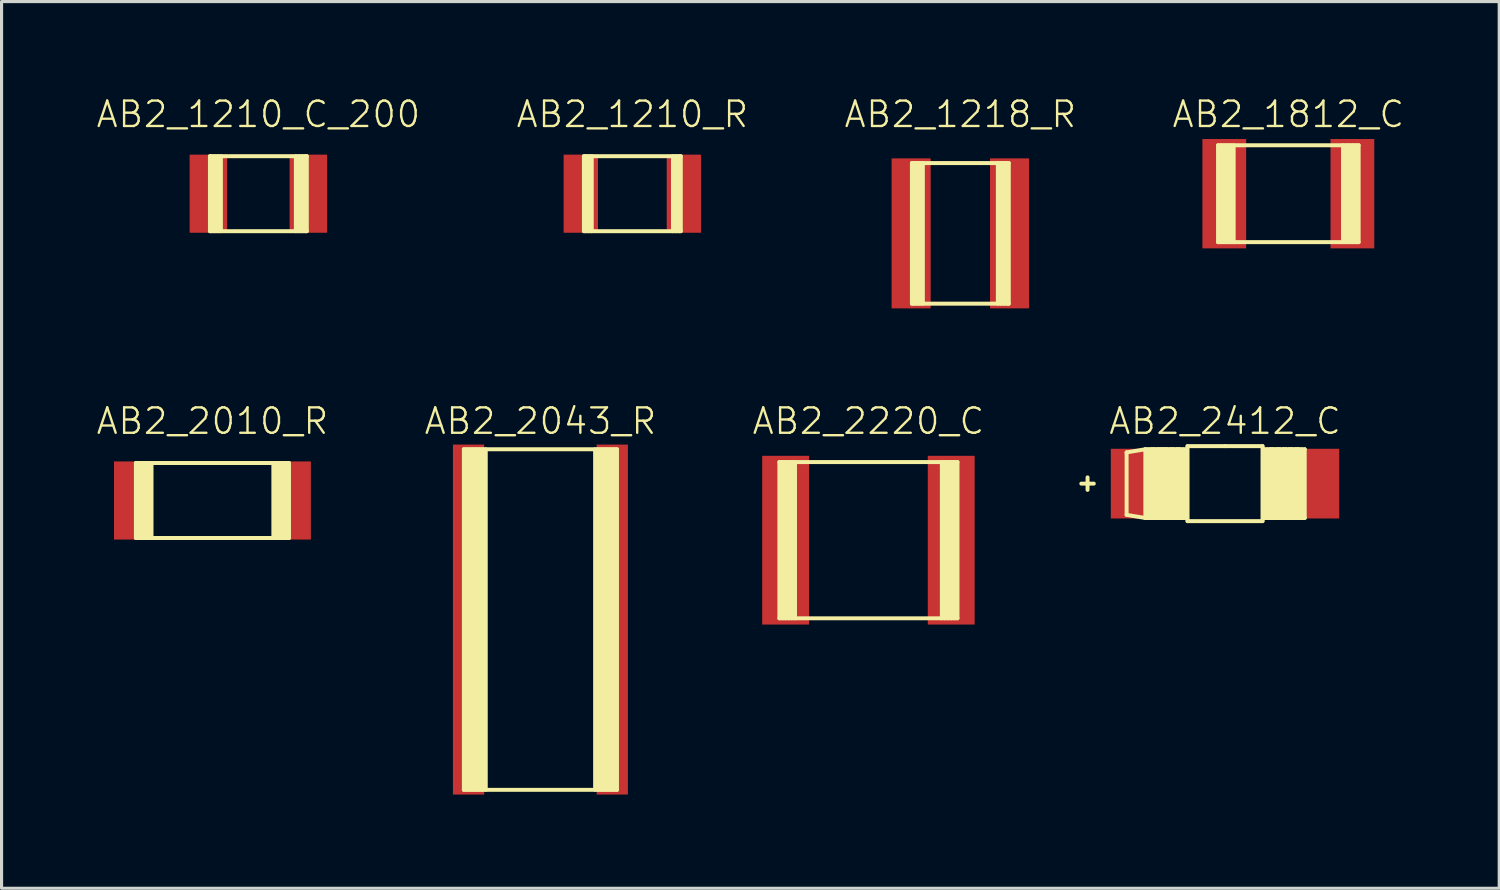
<source format=kicad_pcb>
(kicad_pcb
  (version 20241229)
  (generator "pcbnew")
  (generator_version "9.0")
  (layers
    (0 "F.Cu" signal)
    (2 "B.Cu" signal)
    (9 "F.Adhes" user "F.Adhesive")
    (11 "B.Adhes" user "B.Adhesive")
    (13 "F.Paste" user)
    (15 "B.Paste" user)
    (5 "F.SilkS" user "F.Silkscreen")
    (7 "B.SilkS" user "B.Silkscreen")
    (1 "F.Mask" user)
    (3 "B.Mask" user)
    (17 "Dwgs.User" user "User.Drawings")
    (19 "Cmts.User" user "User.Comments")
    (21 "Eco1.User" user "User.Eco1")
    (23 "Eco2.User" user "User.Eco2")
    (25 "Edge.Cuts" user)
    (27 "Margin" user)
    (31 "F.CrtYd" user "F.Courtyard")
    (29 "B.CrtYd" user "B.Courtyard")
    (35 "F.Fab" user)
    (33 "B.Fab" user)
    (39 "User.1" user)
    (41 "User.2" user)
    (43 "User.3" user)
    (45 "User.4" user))
  (footprint "AB2_2010_R"
    (layer "F.Cu")
    (at 3.749 12.968)
    (property "Reference" "AB2_2010_R" (at 0 -2.54 0) (layer "F.SilkS") (effects (font (size 0.813 0.813) (thickness 0.076))))
    (attr through_hole)
    (fp_line (start -2.45 -1.2) (end 2.45 -1.2) (stroke (width 0.127) (type solid)) (layer "F.SilkS"))
    (fp_line (start -2.45 1.2) (end -2.45 -1.2) (stroke (width 0.127) (type solid)) (layer "F.SilkS"))
    (fp_line (start -2.35 1.2) (end -2.35 -1.2) (stroke (width 0.127) (type solid)) (layer "F.SilkS"))
    (fp_line (start -2.25 -1.2) (end -2.25 1.2) (stroke (width 0.127) (type solid)) (layer "F.SilkS"))
    (fp_line (start -2.15 1.2) (end -2.15 -1.2) (stroke (width 0.127) (type solid)) (layer "F.SilkS"))
    (fp_line (start -2.05 -1.2) (end -2.05 1.2) (stroke (width 0.127) (type solid)) (layer "F.SilkS"))
    (fp_line (start -1.95 1.2) (end -1.95 -1.2) (stroke (width 0.127) (type solid)) (layer "F.SilkS"))
    (fp_line (start 1.95 1.2) (end 1.95 -1.2) (stroke (width 0.127) (type solid)) (layer "F.SilkS"))
    (fp_line (start 2.05 -1.2) (end 2.05 1.2) (stroke (width 0.127) (type solid)) (layer "F.SilkS"))
    (fp_line (start 2.15 1.2) (end 2.15 -1.2) (stroke (width 0.127) (type solid)) (layer "F.SilkS"))
    (fp_line (start 2.25 -1.2) (end 2.25 1.2) (stroke (width 0.127) (type solid)) (layer "F.SilkS"))
    (fp_line (start 2.35 1.2) (end 2.35 -1.2) (stroke (width 0.127) (type solid)) (layer "F.SilkS"))
    (fp_line (start 2.45 -1.2) (end 2.45 1.2) (stroke (width 0.127) (type solid)) (layer "F.SilkS"))
    (fp_line (start 2.45 1.2) (end -2.45 1.2) (stroke (width 0.127) (type solid)) (layer "F.SilkS"))
    (pad "1" smd rect (at -2.55 0) (size 1.2 2.5) (layers "F.Cu" "F.Mask" "F.Paste"))
    (pad "2" smd rect (at 2.55 0) (size 1.2 2.5) (layers "F.Cu" "F.Mask" "F.Paste")))
  (footprint "AB2_1218_R"
    (layer "F.Cu")
    (at 27.685 4.419)
    (property "Reference" "AB2_1218_R" (at 0 -3.81 0) (layer "F.SilkS") (effects (font (size 0.813 0.813) (thickness 0.076))))
    (attr through_hole)
    (fp_line (start -1.55 -2.25) (end 1.55 -2.25) (stroke (width 0.127) (type solid)) (layer "F.SilkS"))
    (fp_line (start -1.55 2.25) (end -1.55 -2.25) (stroke (width 0.127) (type solid)) (layer "F.SilkS"))
    (fp_line (start -1.5 -2.25) (end -1.5 2.25) (stroke (width 0.127) (type solid)) (layer "F.SilkS"))
    (fp_line (start -1.4 2.25) (end -1.4 -2.25) (stroke (width 0.127) (type solid)) (layer "F.SilkS"))
    (fp_line (start -1.3 -2.25) (end -1.3 2.25) (stroke (width 0.127) (type solid)) (layer "F.SilkS"))
    (fp_line (start -1.2 2.25) (end -1.2 -2.25) (stroke (width 0.127) (type solid)) (layer "F.SilkS"))
    (fp_line (start 1.2 -2.25) (end 1.2 2.25) (stroke (width 0.127) (type solid)) (layer "F.SilkS"))
    (fp_line (start 1.3 2.25) (end 1.3 -2.25) (stroke (width 0.127) (type solid)) (layer "F.SilkS"))
    (fp_line (start 1.4 -2.25) (end 1.4 2.25) (stroke (width 0.127) (type solid)) (layer "F.SilkS"))
    (fp_line (start 1.5 2.25) (end 1.5 -2.25) (stroke (width 0.127) (type solid)) (layer "F.SilkS"))
    (fp_line (start 1.55 -2.25) (end 1.55 2.25) (stroke (width 0.127) (type solid)) (layer "F.SilkS"))
    (fp_line (start 1.55 2.25) (end -1.55 2.25) (stroke (width 0.127) (type solid)) (layer "F.SilkS"))
    (pad "1" smd rect (at -1.575 0) (size 1.25 4.8) (layers "F.Cu" "F.Mask" "F.Paste"))
    (pad "2" smd rect (at 1.575 0) (size 1.25 4.8) (layers "F.Cu" "F.Mask" "F.Paste")))
  (footprint "AB2_2043_R"
    (layer "F.Cu")
    (at 14.246 16.778)
    (property "Reference" "AB2_2043_R" (at 0 -6.35 0) (layer "F.SilkS") (effects (font (size 0.813 0.813) (thickness 0.076))))
    (attr through_hole)
    (fp_line (start -2.45 -5.45) (end 2.45 -5.45) (stroke (width 0.127) (type solid)) (layer "F.SilkS"))
    (fp_line (start -2.45 5.45) (end -2.45 -5.45) (stroke (width 0.127) (type solid)) (layer "F.SilkS"))
    (fp_line (start -2.35 -5.45) (end -2.35 5.45) (stroke (width 0.127) (type solid)) (layer "F.SilkS"))
    (fp_line (start -2.25 5.45) (end -2.25 -5.45) (stroke (width 0.127) (type solid)) (layer "F.SilkS"))
    (fp_line (start -2.15 -5.45) (end -2.15 5.45) (stroke (width 0.127) (type solid)) (layer "F.SilkS"))
    (fp_line (start -2.05 5.45) (end -2.05 -5.45) (stroke (width 0.127) (type solid)) (layer "F.SilkS"))
    (fp_line (start -1.95 -5.45) (end -1.95 5.45) (stroke (width 0.127) (type solid)) (layer "F.SilkS"))
    (fp_line (start -1.85 5.45) (end -1.85 -5.45) (stroke (width 0.127) (type solid)) (layer "F.SilkS"))
    (fp_line (start -1.75 -5.45) (end -1.75 5.45) (stroke (width 0.127) (type solid)) (layer "F.SilkS"))
    (fp_line (start 1.75 -5.45) (end 1.75 5.45) (stroke (width 0.127) (type solid)) (layer "F.SilkS"))
    (fp_line (start 1.85 -5.45) (end 1.85 5.45) (stroke (width 0.127) (type solid)) (layer "F.SilkS"))
    (fp_line (start 1.95 5.45) (end 1.95 -5.45) (stroke (width 0.127) (type solid)) (layer "F.SilkS"))
    (fp_line (start 2.05 -5.45) (end 2.05 5.45) (stroke (width 0.127) (type solid)) (layer "F.SilkS"))
    (fp_line (start 2.15 5.45) (end 2.15 -5.45) (stroke (width 0.127) (type solid)) (layer "F.SilkS"))
    (fp_line (start 2.25 -5.45) (end 2.25 5.45) (stroke (width 0.127) (type solid)) (layer "F.SilkS"))
    (fp_line (start 2.35 5.45) (end 2.35 -5.45) (stroke (width 0.127) (type solid)) (layer "F.SilkS"))
    (fp_line (start 2.45 -5.45) (end 2.45 5.45) (stroke (width 0.127) (type solid)) (layer "F.SilkS"))
    (fp_line (start 2.45 5.45) (end -2.45 5.45) (stroke (width 0.127) (type solid)) (layer "F.SilkS"))
    (pad "1" smd rect (at -2.3 0) (size 1 11.2) (layers "F.Cu" "F.Mask" "F.Paste"))
    (pad "2" smd rect (at 2.3 0) (size 1 11.2) (layers "F.Cu" "F.Mask" "F.Paste")))
  (footprint "AB2_2412_C"
    (layer "F.Cu")
    (at 36.156 12.428)
    (property "Reference" "AB2_2412_C" (at 0 -2 0) (layer "F.SilkS") (effects (font (size 0.813 0.813) (thickness 0.076))))
    (attr through_hole)
    (fp_line (start -4.6 0) (end -4.2 0) (stroke (width 0.127) (type solid)) (layer "F.SilkS"))
    (fp_line (start -4.4 -0.2) (end -4.4 0.2) (stroke (width 0.127) (type solid)) (layer "F.SilkS"))
    (fp_line (start -3.15 -1) (end -3.15 1) (stroke (width 0.127) (type solid)) (layer "F.SilkS"))
    (fp_line (start -3.15 1) (end -2.55 1.1) (stroke (width 0.127) (type solid)) (layer "F.SilkS"))
    (fp_line (start -2.55 -1.1) (end -3.15 -1) (stroke (width 0.127) (type solid)) (layer "F.SilkS"))
    (fp_line (start -2.55 -1.1) (end -2.55 1.1) (stroke (width 0.127) (type solid)) (layer "F.SilkS"))
    (fp_line (start -2.55 1.1) (end -1.25 1.1) (stroke (width 0.127) (type solid)) (layer "F.SilkS"))
    (fp_line (start -2.45 -1.1) (end -2.45 1.1) (stroke (width 0.127) (type solid)) (layer "F.SilkS"))
    (fp_line (start -2.45 1.1) (end -2.35 1.1) (stroke (width 0.127) (type solid)) (layer "F.SilkS"))
    (fp_line (start -2.35 -1.1) (end -2.25 -1.1) (stroke (width 0.127) (type solid)) (layer "F.SilkS"))
    (fp_line (start -2.35 1.1) (end -2.35 -1.1) (stroke (width 0.127) (type solid)) (layer "F.SilkS"))
    (fp_line (start -2.25 -1.1) (end -2.25 1.1) (stroke (width 0.127) (type solid)) (layer "F.SilkS"))
    (fp_line (start -2.25 1.1) (end -2.15 1.1) (stroke (width 0.127) (type solid)) (layer "F.SilkS"))
    (fp_line (start -2.15 -1.1) (end -2 -1.1) (stroke (width 0.127) (type solid)) (layer "F.SilkS"))
    (fp_line (start -2.15 1.1) (end -2.15 -1.1) (stroke (width 0.127) (type solid)) (layer "F.SilkS"))
    (fp_line (start -2.05 -1.1) (end -2.05 1.1) (stroke (width 0.127) (type solid)) (layer "F.SilkS"))
    (fp_line (start -2.05 1.1) (end -1.95 1.1) (stroke (width 0.127) (type solid)) (layer "F.SilkS"))
    (fp_line (start -1.95 -1.1) (end -1.85 -1.1) (stroke (width 0.127) (type solid)) (layer "F.SilkS"))
    (fp_line (start -1.95 1.1) (end -1.95 -1.1) (stroke (width 0.127) (type solid)) (layer "F.SilkS"))
    (fp_line (start -1.85 -1.1) (end -1.85 1.1) (stroke (width 0.127) (type solid)) (layer "F.SilkS"))
    (fp_line (start -1.85 1.1) (end -1.75 1.1) (stroke (width 0.127) (type solid)) (layer "F.SilkS"))
    (fp_line (start -1.75 -1.1) (end -1.65 -1.1) (stroke (width 0.127) (type solid)) (layer "F.SilkS"))
    (fp_line (start -1.75 1.1) (end -1.75 -1.1) (stroke (width 0.127) (type solid)) (layer "F.SilkS"))
    (fp_line (start -1.65 -1.1) (end -1.65 1.1) (stroke (width 0.127) (type solid)) (layer "F.SilkS"))
    (fp_line (start -1.65 1.1) (end -1.55 1.1) (stroke (width 0.127) (type solid)) (layer "F.SilkS"))
    (fp_line (start -1.55 -1.1) (end -1.45 -1.1) (stroke (width 0.127) (type solid)) (layer "F.SilkS"))
    (fp_line (start -1.55 1.1) (end -1.55 -1.1) (stroke (width 0.127) (type solid)) (layer "F.SilkS"))
    (fp_line (start -1.45 -1.1) (end -1.45 1.1) (stroke (width 0.127) (type solid)) (layer "F.SilkS"))
    (fp_line (start -1.45 1.1) (end -1.35 1.1) (stroke (width 0.127) (type solid)) (layer "F.SilkS"))
    (fp_line (start -1.35 1.1) (end -1.35 -1.1) (stroke (width 0.127) (type solid)) (layer "F.SilkS"))
    (fp_line (start -1.25 -1.1) (end -2.55 -1.1) (stroke (width 0.127) (type solid)) (layer "F.SilkS"))
    (fp_line (start -1.25 0) (end -1.25 -1.1) (stroke (width 0.127) (type solid)) (layer "F.SilkS"))
    (fp_line (start -1.25 1.1) (end -1.25 0) (stroke (width 0.127) (type solid)) (layer "F.SilkS"))
    (fp_line (start -1.2 -1.2) (end 0 -1.2) (stroke (width 0.127) (type solid)) (layer "F.SilkS"))
    (fp_line (start -1.2 1.2) (end -1.2 -1.2) (stroke (width 0.127) (type solid)) (layer "F.SilkS"))
    (fp_line (start 0 -1.2) (end 1.2 -1.2) (stroke (width 0.127) (type solid)) (layer "F.SilkS"))
    (fp_line (start 1.2 -1.2) (end 1.2 1.2) (stroke (width 0.127) (type solid)) (layer "F.SilkS"))
    (fp_line (start 1.2 1.2) (end -1.2 1.2) (stroke (width 0.127) (type solid)) (layer "F.SilkS"))
    (fp_line (start 1.25 -1.1) (end 1.25 1.1) (stroke (width 0.127) (type solid)) (layer "F.SilkS"))
    (fp_line (start 1.25 1.1) (end 2.55 1.1) (stroke (width 0.127) (type solid)) (layer "F.SilkS"))
    (fp_line (start 1.35 -1.1) (end 1.35 1.1) (stroke (width 0.127) (type solid)) (layer "F.SilkS"))
    (fp_line (start 1.35 1.1) (end 1.45 1.1) (stroke (width 0.127) (type solid)) (layer "F.SilkS"))
    (fp_line (start 1.45 -1.1) (end 1.55 -1.1) (stroke (width 0.127) (type solid)) (layer "F.SilkS"))
    (fp_line (start 1.45 1.1) (end 1.45 -1.1) (stroke (width 0.127) (type solid)) (layer "F.SilkS"))
    (fp_line (start 1.55 -1.1) (end 1.55 1.1) (stroke (width 0.127) (type solid)) (layer "F.SilkS"))
    (fp_line (start 1.55 1.1) (end 1.7 1.1) (stroke (width 0.127) (type solid)) (layer "F.SilkS"))
    (fp_line (start 1.65 -1.1) (end 1.75 -1.1) (stroke (width 0.127) (type solid)) (layer "F.SilkS"))
    (fp_line (start 1.65 1.1) (end 1.65 -1.1) (stroke (width 0.127) (type solid)) (layer "F.SilkS"))
    (fp_line (start 1.7 1.1) (end 1.65 1.1) (stroke (width 0.127) (type solid)) (layer "F.SilkS"))
    (fp_line (start 1.75 -1.1) (end 1.75 1.1) (stroke (width 0.127) (type solid)) (layer "F.SilkS"))
    (fp_line (start 1.75 1.1) (end 1.85 1.1) (stroke (width 0.127) (type solid)) (layer "F.SilkS"))
    (fp_line (start 1.85 -1.1) (end 1.95 -1.1) (stroke (width 0.127) (type solid)) (layer "F.SilkS"))
    (fp_line (start 1.85 1.1) (end 1.85 -1.1) (stroke (width 0.127) (type solid)) (layer "F.SilkS"))
    (fp_line (start 1.95 -1.1) (end 1.95 1.1) (stroke (width 0.127) (type solid)) (layer "F.SilkS"))
    (fp_line (start 1.95 1.1) (end 2.05 1.1) (stroke (width 0.127) (type solid)) (layer "F.SilkS"))
    (fp_line (start 2.05 -1.1) (end 2.15 -1.1) (stroke (width 0.127) (type solid)) (layer "F.SilkS"))
    (fp_line (start 2.05 1.1) (end 2.05 -1.1) (stroke (width 0.127) (type solid)) (layer "F.SilkS"))
    (fp_line (start 2.15 -1.1) (end 2.15 1.1) (stroke (width 0.127) (type solid)) (layer "F.SilkS"))
    (fp_line (start 2.15 1.1) (end 2.25 1.1) (stroke (width 0.127) (type solid)) (layer "F.SilkS"))
    (fp_line (start 2.25 -1.1) (end 2.35 -1.1) (stroke (width 0.127) (type solid)) (layer "F.SilkS"))
    (fp_line (start 2.25 1.1) (end 2.25 -1.1) (stroke (width 0.127) (type solid)) (layer "F.SilkS"))
    (fp_line (start 2.35 -1.1) (end 2.35 1.1) (stroke (width 0.127) (type solid)) (layer "F.SilkS"))
    (fp_line (start 2.35 1.1) (end 2.45 1.1) (stroke (width 0.127) (type solid)) (layer "F.SilkS"))
    (fp_line (start 2.45 1.1) (end 2.45 -1.1) (stroke (width 0.127) (type solid)) (layer "F.SilkS"))
    (fp_line (start 2.55 -1.1) (end 1.25 -1.1) (stroke (width 0.127) (type solid)) (layer "F.SilkS"))
    (fp_line (start 2.55 1.1) (end 2.55 -1.1) (stroke (width 0.127) (type solid)) (layer "F.SilkS"))
    (pad "1" smd rect (at -2.47 0) (size 2.37 2.23) (layers "F.Cu" "F.Mask" "F.Paste"))
    (pad "2" smd rect (at 2.47 0) (size 2.37 2.23) (layers "F.Cu" "F.Mask" "F.Paste")))
  (footprint "AB2_1812_C"
    (layer "F.Cu")
    (at 38.182 3.149)
    (property "Reference" "AB2_1812_C" (at 0 -2.54 0) (layer "F.SilkS") (effects (font (size 0.813 0.813) (thickness 0.076))))
    (attr through_hole)
    (fp_line (start -2.25 -1.55) (end 2.25 -1.55) (stroke (width 0.127) (type solid)) (layer "F.SilkS"))
    (fp_line (start -2.25 1.55) (end -2.25 -1.55) (stroke (width 0.127) (type solid)) (layer "F.SilkS"))
    (fp_line (start -2.15 1.55) (end -2.15 -1.55) (stroke (width 0.127) (type solid)) (layer "F.SilkS"))
    (fp_line (start -2.05 -1.55) (end -2.05 1.55) (stroke (width 0.127) (type solid)) (layer "F.SilkS"))
    (fp_line (start -1.95 1.55) (end -1.95 -1.55) (stroke (width 0.127) (type solid)) (layer "F.SilkS"))
    (fp_line (start -1.85 -1.55) (end -1.85 1.55) (stroke (width 0.127) (type solid)) (layer "F.SilkS"))
    (fp_line (start -1.75 1.55) (end -1.75 -1.55) (stroke (width 0.127) (type solid)) (layer "F.SilkS"))
    (fp_line (start 1.75 -1.55) (end 1.75 1.55) (stroke (width 0.127) (type solid)) (layer "F.SilkS"))
    (fp_line (start 1.85 1.55) (end 1.85 -1.55) (stroke (width 0.127) (type solid)) (layer "F.SilkS"))
    (fp_line (start 1.95 -1.55) (end 1.95 1.55) (stroke (width 0.127) (type solid)) (layer "F.SilkS"))
    (fp_line (start 2.05 1.55) (end 2.05 -1.55) (stroke (width 0.127) (type solid)) (layer "F.SilkS"))
    (fp_line (start 2.15 -1.55) (end 2.15 1.55) (stroke (width 0.127) (type solid)) (layer "F.SilkS"))
    (fp_line (start 2.25 -1.55) (end 2.25 1.55) (stroke (width 0.127) (type solid)) (layer "F.SilkS"))
    (fp_line (start 2.25 1.55) (end -2.25 1.55) (stroke (width 0.127) (type solid)) (layer "F.SilkS"))
    (pad "1" smd rect (at -2.05 0) (size 1.4 3.5) (layers "F.Cu" "F.Mask" "F.Paste"))
    (pad "2" smd rect (at 2.05 0) (size 1.4 3.5) (layers "F.Cu" "F.Mask" "F.Paste")))
  (footprint "AB2_1210_R"
    (layer "F.Cu")
    (at 17.188 3.149)
    (property "Reference" "AB2_1210_R" (at 0 -2.54 0) (layer "F.SilkS") (effects (font (size 0.813 0.813) (thickness 0.076))))
    (attr through_hole)
    (fp_line (start -1.55 -1.2) (end 1.55 -1.2) (stroke (width 0.127) (type solid)) (layer "F.SilkS"))
    (fp_line (start -1.55 1.2) (end -1.55 -1.2) (stroke (width 0.127) (type solid)) (layer "F.SilkS"))
    (fp_line (start -1.5 -1.2) (end -1.5 1.2) (stroke (width 0.127) (type solid)) (layer "F.SilkS"))
    (fp_line (start -1.4 1.2) (end -1.4 -1.2) (stroke (width 0.127) (type solid)) (layer "F.SilkS"))
    (fp_line (start -1.3 -1.2) (end -1.3 1.2) (stroke (width 0.127) (type solid)) (layer "F.SilkS"))
    (fp_line (start 1.3 -1.2) (end 1.3 1.2) (stroke (width 0.127) (type solid)) (layer "F.SilkS"))
    (fp_line (start 1.4 1.2) (end 1.4 -1.2) (stroke (width 0.127) (type solid)) (layer "F.SilkS"))
    (fp_line (start 1.5 -1.2) (end 1.5 1.2) (stroke (width 0.127) (type solid)) (layer "F.SilkS"))
    (fp_line (start 1.55 -1.2) (end 1.55 1.2) (stroke (width 0.127) (type solid)) (layer "F.SilkS"))
    (fp_line (start 1.55 1.2) (end -1.55 1.2) (stroke (width 0.127) (type solid)) (layer "F.SilkS"))
    (pad "1" smd rect (at -1.65 0) (size 1.1 2.5) (layers "F.Cu" "F.Mask" "F.Paste"))
    (pad "2" smd rect (at 1.65 0) (size 1.1 2.5) (layers "F.Cu" "F.Mask" "F.Paste")))
  (footprint "AB2_1210_C_200"
    (layer "F.Cu")
    (at 5.219 3.149)
    (property "Reference" "AB2_1210_C_200" (at 0 -2.54 0) (layer "F.SilkS") (effects (font (size 0.813 0.813) (thickness 0.076))))
    (attr through_hole)
    (fp_line (start -1.55 -1.2) (end 1.55 -1.2) (stroke (width 0.127) (type solid)) (layer "F.SilkS"))
    (fp_line (start -1.55 1.2) (end -1.55 -1.2) (stroke (width 0.127) (type solid)) (layer "F.SilkS"))
    (fp_line (start -1.5 -1.2) (end -1.5 1.2) (stroke (width 0.127) (type solid)) (layer "F.SilkS"))
    (fp_line (start -1.4 1.2) (end -1.4 -1.2) (stroke (width 0.127) (type solid)) (layer "F.SilkS"))
    (fp_line (start -1.3 -1.2) (end -1.3 1.2) (stroke (width 0.127) (type solid)) (layer "F.SilkS"))
    (fp_line (start -1.2 1.2) (end -1.2 -1.2) (stroke (width 0.127) (type solid)) (layer "F.SilkS"))
    (fp_line (start 1.2 1.2) (end 1.2 -1.2) (stroke (width 0.127) (type solid)) (layer "F.SilkS"))
    (fp_line (start 1.3 -1.2) (end 1.3 1.2) (stroke (width 0.127) (type solid)) (layer "F.SilkS"))
    (fp_line (start 1.4 1.2) (end 1.4 -1.2) (stroke (width 0.127) (type solid)) (layer "F.SilkS"))
    (fp_line (start 1.5 -1.2) (end 1.5 1.2) (stroke (width 0.127) (type solid)) (layer "F.SilkS"))
    (fp_line (start 1.55 -1.2) (end 1.55 1.2) (stroke (width 0.127) (type solid)) (layer "F.SilkS"))
    (fp_line (start 1.55 1.2) (end -1.55 1.2) (stroke (width 0.127) (type solid)) (layer "F.SilkS"))
    (pad "1" smd rect (at -1.6 0) (size 1.2 2.5) (layers "F.Cu" "F.Mask" "F.Paste"))
    (pad "2" smd rect (at 1.6 0) (size 1.2 2.5) (layers "F.Cu" "F.Mask" "F.Paste")))
  (footprint "AB2_2220_C"
    (layer "F.Cu")
    (at 24.743 14.238)
    (property "Reference" "AB2_2220_C" (at 0 -3.81 0) (layer "F.SilkS") (effects (font (size 0.813 0.813) (thickness 0.076))))
    (attr through_hole)
    (fp_line (start -2.85 -2.5) (end 2.85 -2.5) (stroke (width 0.127) (type solid)) (layer "F.SilkS"))
    (fp_line (start -2.85 2.5) (end -2.85 -2.5) (stroke (width 0.127) (type solid)) (layer "F.SilkS"))
    (fp_line (start -2.75 2.5) (end -2.75 -2.5) (stroke (width 0.127) (type solid)) (layer "F.SilkS"))
    (fp_line (start -2.65 -2.5) (end -2.65 2.5) (stroke (width 0.127) (type solid)) (layer "F.SilkS"))
    (fp_line (start -2.55 2.5) (end -2.55 -2.5) (stroke (width 0.127) (type solid)) (layer "F.SilkS"))
    (fp_line (start -2.45 -2.5) (end -2.45 2.5) (stroke (width 0.127) (type solid)) (layer "F.SilkS"))
    (fp_line (start -2.35 2.5) (end -2.35 -2.5) (stroke (width 0.127) (type solid)) (layer "F.SilkS"))
    (fp_line (start 2.35 2.5) (end 2.35 -2.5) (stroke (width 0.127) (type solid)) (layer "F.SilkS"))
    (fp_line (start 2.45 -2.5) (end 2.45 2.5) (stroke (width 0.127) (type solid)) (layer "F.SilkS"))
    (fp_line (start 2.55 2.5) (end 2.55 -2.5) (stroke (width 0.127) (type solid)) (layer "F.SilkS"))
    (fp_line (start 2.65 -2.5) (end 2.65 2.5) (stroke (width 0.127) (type solid)) (layer "F.SilkS"))
    (fp_line (start 2.75 2.5) (end 2.75 -2.5) (stroke (width 0.127) (type solid)) (layer "F.SilkS"))
    (fp_line (start 2.85 -2.5) (end 2.85 2.5) (stroke (width 0.127) (type solid)) (layer "F.SilkS"))
    (fp_line (start 2.85 2.5) (end -2.85 2.5) (stroke (width 0.127) (type solid)) (layer "F.SilkS"))
    (pad "1" smd rect (at -2.65 0) (size 1.5 5.4) (layers "F.Cu" "F.Mask" "F.Paste"))
    (pad "2" smd rect (at 2.65 0) (size 1.5 5.4) (layers "F.Cu" "F.Mask" "F.Paste")))
  (gr_rect
    (start -3 -3)
    (end 44.931 25.378)
    (stroke (width 0.1) (type default))
    (fill no)
    (layer "Edge.Cuts")))
</source>
